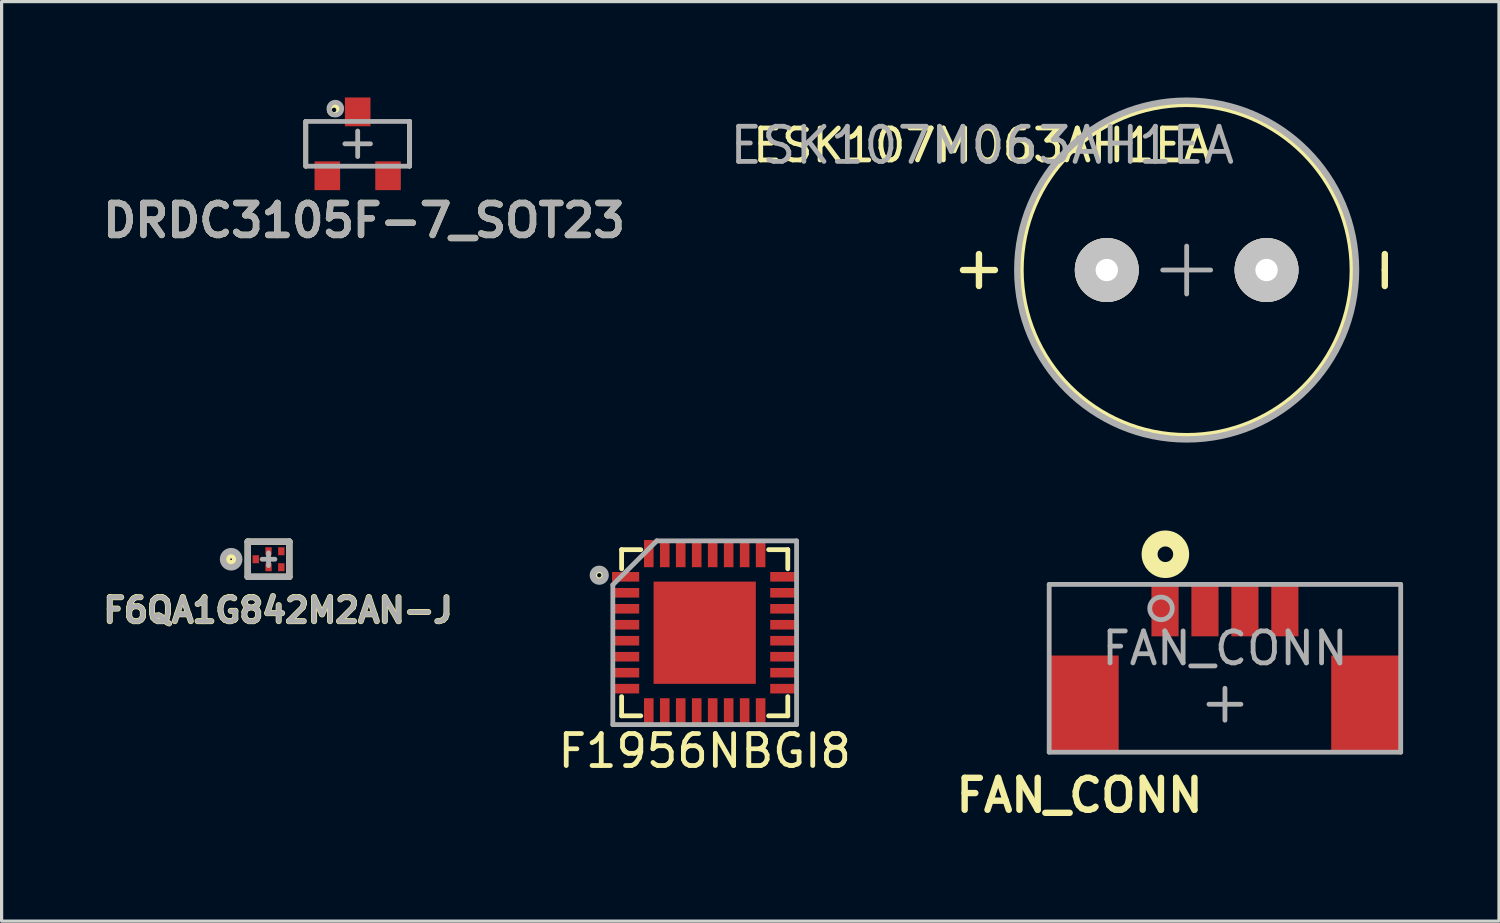
<source format=kicad_pcb>
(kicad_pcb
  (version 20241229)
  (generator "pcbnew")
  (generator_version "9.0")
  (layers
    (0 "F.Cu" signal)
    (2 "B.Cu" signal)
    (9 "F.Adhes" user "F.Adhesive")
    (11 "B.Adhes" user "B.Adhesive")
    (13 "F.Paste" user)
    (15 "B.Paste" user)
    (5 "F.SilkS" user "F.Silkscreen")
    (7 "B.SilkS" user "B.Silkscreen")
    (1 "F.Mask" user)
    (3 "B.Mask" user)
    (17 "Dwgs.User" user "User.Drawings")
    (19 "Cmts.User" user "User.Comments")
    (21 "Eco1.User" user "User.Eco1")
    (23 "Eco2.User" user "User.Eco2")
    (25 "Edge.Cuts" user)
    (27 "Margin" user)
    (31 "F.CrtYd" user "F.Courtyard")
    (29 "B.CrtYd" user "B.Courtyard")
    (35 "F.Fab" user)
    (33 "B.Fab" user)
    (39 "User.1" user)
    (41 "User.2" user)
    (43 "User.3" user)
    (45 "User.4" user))
  (footprint "F6QA1G842M2AN-J"
    (layer "F.Cu")
    (at 5.353 14.45)
    (property "Reference" "F6QA1G842M2AN-J" (at 0.3 1.6 0) (layer "F.SilkS") (effects (font (size 0.75 0.75) (thickness 0.188))))
    (attr through_hole)
    (fp_line (start -0.65 -0.55) (end -0.65 0.55) (stroke (width 0.2) (type solid)) (layer "F.SilkS"))
    (fp_line (start -0.65 -0.55) (end 0.65 -0.55) (stroke (width 0.2) (type solid)) (layer "F.SilkS"))
    (fp_line (start -0.65 0.55) (end 0.65 0.55) (stroke (width 0.2) (type solid)) (layer "F.SilkS"))
    (fp_line (start 0.65 -0.55) (end 0.65 0.55) (stroke (width 0.2) (type solid)) (layer "F.SilkS"))
    (fp_circle (center -1.17 0) (end -1.043 0) (stroke (width 0.2) (type solid)) (fill no) (layer "F.SilkS"))
    (fp_line (start -0.65 -0.55) (end -0.65 0.55) (stroke (width 0.2) (type solid)) (layer "F.Fab"))
    (fp_line (start -0.65 -0.55) (end 0.65 -0.55) (stroke (width 0.2) (type solid)) (layer "F.Fab"))
    (fp_line (start -0.65 0.55) (end 0.65 0.55) (stroke (width 0.2) (type solid)) (layer "F.Fab"))
    (fp_line (start -0.2 0) (end 0.2 0) (stroke (width 0.15) (type solid)) (layer "F.Fab"))
    (fp_line (start 0 -0.2) (end 0 0.2) (stroke (width 0.15) (type solid)) (layer "F.Fab"))
    (fp_line (start 0.65 -0.55) (end 0.65 0.55) (stroke (width 0.2) (type solid)) (layer "F.Fab"))
    (fp_circle (center -1.17 0) (end -1.424 0) (stroke (width 0.2) (type solid)) (fill no) (layer "F.Fab"))
    (fp_text user "${REFERENCE}" (at 0.3 1.6 0) (layer "F.Fab") (effects (font (size 0.75 0.75) (thickness 0.15))))
    (pad "1" smd rect (at -0.4 0) (size 0.2 0.25) (layers "F.Cu" "F.Mask" "F.Paste"))
    (pad "2" smd rect (at 0 0.25) (size 0.2 0.25) (layers "F.Cu" "F.Mask" "F.Paste"))
    (pad "3" smd rect (at 0.4 0.25) (size 0.2 0.25) (layers "F.Cu" "F.Mask" "F.Paste"))
    (pad "4" smd rect (at 0.4 -0.25) (size 0.2 0.25) (layers "F.Cu" "F.Mask" "F.Paste"))
    (pad "5" smd rect (at 0 -0.25) (size 0.2 0.25) (layers "F.Cu" "F.Mask" "F.Paste")))
  (footprint "F1956NBGI8"
    (layer "F.Cu")
    (at 19.002 16.75)
    (property "Reference" "F1956NBGI8" (at 0 3.7 0) (layer "F.SilkS") (effects (font (size 1 1) (thickness 0.15))))
    (attr smd)
    (fp_line (start -2.6 -2) (end -2.6 -2.6) (stroke (width 0.15) (type solid)) (layer "F.SilkS"))
    (fp_line (start -2.6 2.6) (end -2.6 2) (stroke (width 0.15) (type solid)) (layer "F.SilkS"))
    (fp_line (start -2 -2.6) (end -2.6 -2.6) (stroke (width 0.15) (type solid)) (layer "F.SilkS"))
    (fp_line (start -2 2.6) (end -2.6 2.6) (stroke (width 0.15) (type solid)) (layer "F.SilkS"))
    (fp_line (start 2.6 -2.6) (end 2 -2.6) (stroke (width 0.15) (type solid)) (layer "F.SilkS"))
    (fp_line (start 2.6 -2) (end 2.6 -2.6) (stroke (width 0.15) (type solid)) (layer "F.SilkS"))
    (fp_line (start 2.6 2.6) (end 2 2.6) (stroke (width 0.15) (type solid)) (layer "F.SilkS"))
    (fp_line (start 2.6 2.6) (end 2.6 2) (stroke (width 0.15) (type solid)) (layer "F.SilkS"))
    (fp_circle (center -3.3 -1.8) (end -3.4 -1.9) (stroke (width 0.15) (type solid)) (fill no) (layer "F.SilkS"))
    (fp_line (start -2.875 -1.5) (end -1.5 -2.875) (stroke (width 0.15) (type solid)) (layer "F.Fab"))
    (fp_line (start -2.875 2.875) (end -2.875 -1.5) (stroke (width 0.15) (type solid)) (layer "F.Fab"))
    (fp_line (start -1.5 -2.875) (end 2.875 -2.875) (stroke (width 0.15) (type solid)) (layer "F.Fab"))
    (fp_line (start 2.875 -2.875) (end 2.875 2.875) (stroke (width 0.15) (type solid)) (layer "F.Fab"))
    (fp_line (start 2.875 2.875) (end -2.875 2.875) (stroke (width 0.15) (type solid)) (layer "F.Fab"))
    (fp_circle (center -3.3 -1.8) (end -3.3 -2) (stroke (width 0.2) (type solid)) (fill no) (layer "F.Fab"))
    (pad "1" smd rect (at -2.475 -1.75) (size 0.85 0.3) (layers "F.Cu" "F.Mask" "F.Paste"))
    (pad "2" smd rect (at -2.475 -1.25) (size 0.85 0.3) (layers "F.Cu" "F.Mask" "F.Paste"))
    (pad "3" smd rect (at -2.475 -0.75) (size 0.85 0.3) (layers "F.Cu" "F.Mask" "F.Paste"))
    (pad "4" smd rect (at -2.475 -0.25) (size 0.85 0.3) (layers "F.Cu" "F.Mask" "F.Paste"))
    (pad "5" smd rect (at -2.475 0.25) (size 0.85 0.3) (layers "F.Cu" "F.Mask" "F.Paste"))
    (pad "6" smd rect (at -2.475 0.75) (size 0.85 0.3) (layers "F.Cu" "F.Mask" "F.Paste"))
    (pad "7" smd rect (at -2.475 1.25) (size 0.85 0.3) (layers "F.Cu" "F.Mask" "F.Paste"))
    (pad "8" smd rect (at -2.475 1.75) (size 0.85 0.3) (layers "F.Cu" "F.Mask" "F.Paste"))
    (pad "9" smd rect (at -1.75 2.475) (size 0.3 0.85) (layers "F.Cu" "F.Mask" "F.Paste"))
    (pad "10" smd rect (at -1.25 2.475) (size 0.3 0.85) (layers "F.Cu" "F.Mask" "F.Paste"))
    (pad "11" smd rect (at -0.75 2.475) (size 0.3 0.85) (layers "F.Cu" "F.Mask" "F.Paste"))
    (pad "12" smd rect (at -0.25 2.475) (size 0.3 0.85) (layers "F.Cu" "F.Mask" "F.Paste"))
    (pad "13" smd rect (at 0.25 2.475) (size 0.3 0.85) (layers "F.Cu" "F.Mask" "F.Paste"))
    (pad "14" smd rect (at 0.75 2.475) (size 0.3 0.85) (layers "F.Cu" "F.Mask" "F.Paste"))
    (pad "15" smd rect (at 1.25 2.475) (size 0.3 0.85) (layers "F.Cu" "F.Mask" "F.Paste"))
    (pad "16" smd rect (at 1.75 2.475) (size 0.3 0.85) (layers "F.Cu" "F.Mask" "F.Paste"))
    (pad "17" smd rect (at 2.475 1.75) (size 0.85 0.3) (layers "F.Cu" "F.Mask" "F.Paste"))
    (pad "18" smd rect (at 2.475 1.25) (size 0.85 0.3) (layers "F.Cu" "F.Mask" "F.Paste"))
    (pad "19" smd rect (at 2.475 0.75) (size 0.85 0.3) (layers "F.Cu" "F.Mask" "F.Paste"))
    (pad "20" smd rect (at 2.475 0.25) (size 0.85 0.3) (layers "F.Cu" "F.Mask" "F.Paste"))
    (pad "21" smd rect (at 2.475 -0.25) (size 0.85 0.3) (layers "F.Cu" "F.Mask" "F.Paste"))
    (pad "22" smd rect (at 2.475 -0.75) (size 0.85 0.3) (layers "F.Cu" "F.Mask" "F.Paste"))
    (pad "23" smd rect (at 2.475 -1.25) (size 0.85 0.3) (layers "F.Cu" "F.Mask" "F.Paste"))
    (pad "24" smd rect (at 2.475 -1.75) (size 0.85 0.3) (layers "F.Cu" "F.Mask" "F.Paste"))
    (pad "25" smd rect (at 1.75 -2.475) (size 0.3 0.85) (layers "F.Cu" "F.Mask" "F.Paste"))
    (pad "26" smd rect (at 1.25 -2.475) (size 0.3 0.85) (layers "F.Cu" "F.Mask" "F.Paste"))
    (pad "27" smd rect (at 0.75 -2.475) (size 0.3 0.85) (layers "F.Cu" "F.Mask" "F.Paste"))
    (pad "28" smd rect (at 0.25 -2.475) (size 0.3 0.85) (layers "F.Cu" "F.Mask" "F.Paste"))
    (pad "29" smd rect (at -0.25 -2.475) (size 0.3 0.85) (layers "F.Cu" "F.Mask" "F.Paste"))
    (pad "30" smd rect (at -0.75 -2.475) (size 0.3 0.85) (layers "F.Cu" "F.Mask" "F.Paste"))
    (pad "31" smd rect (at -1.25 -2.475) (size 0.3 0.85) (layers "F.Cu" "F.Mask" "F.Paste"))
    (pad "32" smd rect (at -1.75 -2.475) (size 0.3 0.85) (layers "F.Cu" "F.Mask" "F.Paste"))
    (pad "33" smd rect (at 0 0 90) (size 3.2 3.2) (layers "F.Cu" "F.Mask" "F.Paste")))
  (footprint "ESK107M063AH1EA"
    (layer "F.Cu")
    (at 34.084 5.4)
    (property "Reference" "ESK107M063AH1EA" (at -6.4 -3.9 180) (layer "F.SilkS") (effects (font (size 1 1) (thickness 0.15))))
    (attr through_hole)
    (fp_line (start -6.5 0) (end -6.5 -0.5) (stroke (width 0.2) (type solid)) (layer "F.SilkS"))
    (fp_line (start -6.5 0) (end -6.5 0.5) (stroke (width 0.2) (type solid)) (layer "F.SilkS"))
    (fp_line (start -6 0) (end -7 0) (stroke (width 0.2) (type solid)) (layer "F.SilkS"))
    (fp_line (start 6.2 0) (end 6.2 -0.5) (stroke (width 0.2) (type solid)) (layer "F.SilkS"))
    (fp_line (start 6.2 0) (end 6.2 0.5) (stroke (width 0.2) (type solid)) (layer "F.SilkS"))
    (fp_circle (center 0 0) (end -5.2 0.05) (stroke (width 0.2) (type solid)) (fill no) (layer "F.SilkS"))
    (fp_line (start -0.75 0) (end 0.75 0) (stroke (width 0.15) (type solid)) (layer "F.Fab"))
    (fp_line (start 0 -0.75) (end 0 0.75) (stroke (width 0.15) (type solid)) (layer "F.Fab"))
    (fp_circle (center 0 0) (end 5.3 0) (stroke (width 0.2) (type solid)) (fill no) (layer "F.Fab"))
    (fp_text user "${REFERENCE}" (at -6.4 -3.9 0) (layer "F.Fab") (effects (font (size 1.1 1.1) (thickness 0.15))))
    (pad "1" thru_hole circle (at -2.5 0) (size 2 2) (drill 0.7) (layers "*.Cu" "*.Mask" "F.SilkS" "B.Paste" "Dwgs.User"))
    (pad "2" thru_hole circle (at 2.5 0) (size 2 2) (drill 0.7) (layers "*.Cu" "*.Mask" "F.SilkS" "B.Paste" "Dwgs.User")))
  (footprint "DRDC3105F-7_SOT23"
    (layer "F.Cu")
    (at 8.143 1.45)
    (property "Reference" "DRDC3105F-7_SOT23" (at 0.2 2.4 0) (layer "F.SilkS") (effects (font (size 1 1) (thickness 0.2))))
    (attr through_hole)
    (fp_line (start -1.625 0.7) (end -1.625 -0.7) (stroke (width 0.15) (type solid)) (layer "F.SilkS"))
    (fp_line (start 1.625 0.7) (end 1.625 -0.7) (stroke (width 0.15) (type solid)) (layer "F.SilkS"))
    (fp_circle (center -0.74 -1.06) (end -0.633 -0.96) (stroke (width 0.152) (type solid)) (fill no) (layer "F.SilkS"))
    (fp_line (start -1.625 -0.7) (end -1.625 0.7) (stroke (width 0.15) (type solid)) (layer "F.Fab"))
    (fp_line (start -1.625 -0.7) (end 1.625 -0.7) (stroke (width 0.15) (type solid)) (layer "F.Fab"))
    (fp_line (start -1.625 0.7) (end 1.625 0.7) (stroke (width 0.15) (type solid)) (layer "F.Fab"))
    (fp_line (start -0.4 0) (end 0.4 0) (stroke (width 0.15) (type solid)) (layer "F.Fab"))
    (fp_line (start 0 -0.4) (end 0 0.4) (stroke (width 0.15) (type solid)) (layer "F.Fab"))
    (fp_line (start 1.625 -0.7) (end 1.625 0.7) (stroke (width 0.15) (type solid)) (layer "F.Fab"))
    (fp_circle (center -0.7 -1.1) (end -0.5 -1.1) (stroke (width 0.15) (type solid)) (fill no) (layer "F.Fab"))
    (fp_text user "${REFERENCE}" (at 0.2 2.4 0) (layer "F.Fab") (effects (font (size 1 1) (thickness 0.2))))
    (pad "1" smd rect (at 0 -1) (size 0.8 0.9) (layers "F.Cu" "F.Mask" "F.Paste"))
    (pad "2" smd rect (at -0.95 1) (size 0.8 0.9) (layers "F.Cu" "F.Mask" "F.Paste"))
    (pad "3" smd rect (at 0.95 1) (size 0.8 0.9) (layers "F.Cu" "F.Mask" "F.Paste")))
  (footprint "FAN_CONN"
    (layer "F.Cu")
    (at 35.282 18.988)
    (property "Reference" "FAN_CONN" (at -4.55 2.85 0) (layer "F.SilkS") (effects (font (size 1 1) (thickness 0.2))))
    (attr smd)
    (fp_circle (center -1.864 -4.694) (end -1.636 -4.608) (stroke (width 0.5) (type solid)) (fill no) (layer "F.SilkS"))
    (fp_line (start -5.5 -3.75) (end 5.5 -3.75) (stroke (width 0.15) (type solid)) (layer "F.Fab"))
    (fp_line (start -5.5 1.5) (end -5.5 -3.75) (stroke (width 0.15) (type solid)) (layer "F.Fab"))
    (fp_line (start -0.5 0) (end 0.5 0) (stroke (width 0.15) (type solid)) (layer "F.Fab"))
    (fp_line (start 0 -0.5) (end 0 0.5) (stroke (width 0.15) (type solid)) (layer "F.Fab"))
    (fp_line (start 5.5 -3.75) (end 5.5 1.5) (stroke (width 0.15) (type solid)) (layer "F.Fab"))
    (fp_line (start 5.5 1.5) (end -5.5 1.5) (stroke (width 0.15) (type solid)) (layer "F.Fab"))
    (fp_circle (center -2 -3) (end -1.75 -2.75) (stroke (width 0.15) (type solid)) (fill no) (layer "F.Fab"))
    (fp_text user "${REFERENCE}" (at 0 -1.75 0) (layer "F.Fab") (effects (font (size 1 1) (thickness 0.15))))
    (pad "1" smd rect (at -1.875 -2.95) (size 0.85 1.65) (layers "F.Cu" "F.Mask" "F.Paste"))
    (pad "2" smd rect (at -0.625 -2.95) (size 0.85 1.65) (layers "F.Cu" "F.Mask" "F.Paste"))
    (pad "3" smd rect (at 0.625 -2.95) (size 0.85 1.65) (layers "F.Cu" "F.Mask" "F.Paste"))
    (pad "4" smd rect (at 1.875 -2.95) (size 0.85 1.65) (layers "F.Cu" "F.Mask" "F.Paste"))
    (pad "5" smd rect (at -4.4 0) (size 2.15 3.05) (layers "F.Cu" "F.Mask" "F.Paste"))
    (pad "5" smd rect (at 4.4 0) (size 2.15 3.05) (layers "F.Cu" "F.Mask" "F.Paste")))
  (gr_rect
    (start -3 -3)
    (end 43.857 25.774)
    (stroke (width 0.1) (type default))
    (fill no)
    (layer "Edge.Cuts")))
</source>
